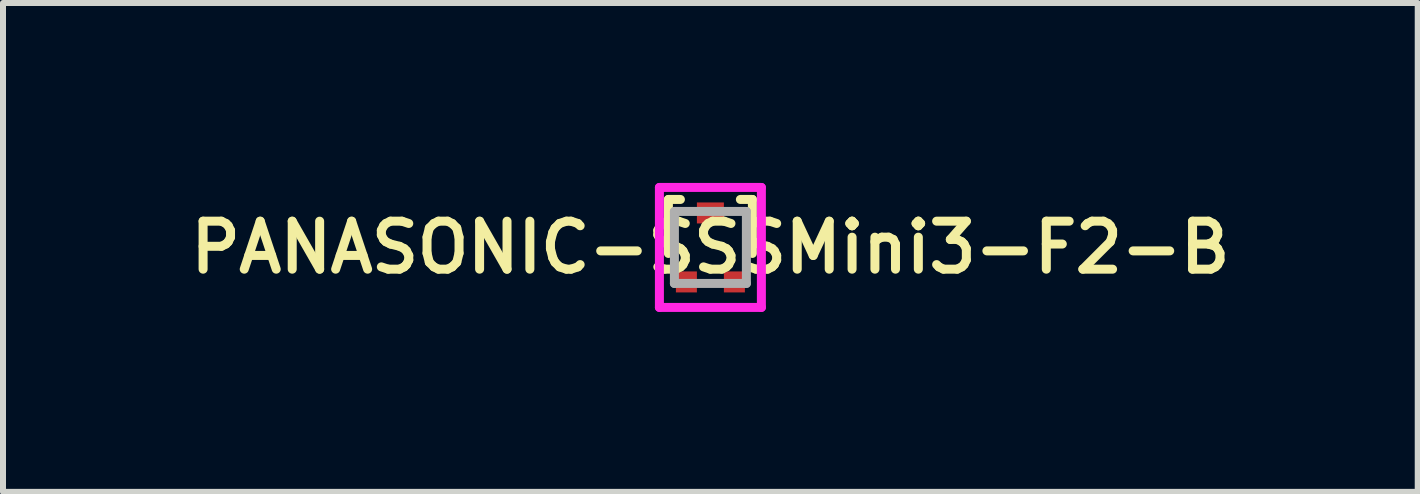
<source format=kicad_pcb>
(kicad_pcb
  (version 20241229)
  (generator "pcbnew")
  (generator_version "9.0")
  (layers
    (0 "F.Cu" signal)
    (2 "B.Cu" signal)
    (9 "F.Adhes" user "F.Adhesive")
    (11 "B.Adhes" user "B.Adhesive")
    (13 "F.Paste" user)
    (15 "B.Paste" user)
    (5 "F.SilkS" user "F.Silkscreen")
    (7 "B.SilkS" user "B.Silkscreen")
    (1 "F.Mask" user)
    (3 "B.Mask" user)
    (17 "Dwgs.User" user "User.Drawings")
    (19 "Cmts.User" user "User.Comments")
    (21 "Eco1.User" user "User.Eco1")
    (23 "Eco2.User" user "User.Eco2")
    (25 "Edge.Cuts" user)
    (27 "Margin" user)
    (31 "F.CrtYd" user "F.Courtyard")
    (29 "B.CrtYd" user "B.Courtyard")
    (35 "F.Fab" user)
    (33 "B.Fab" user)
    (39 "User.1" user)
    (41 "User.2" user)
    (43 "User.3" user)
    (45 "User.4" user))
  (footprint "PANASONIC-SSSMini3-F2-B"
    (layer "F.Cu")
    (at 8.793 1.075)
    (property "Reference" "PANASONIC-SSSMini3-F2-B" (at 0 0 0) (layer "F.SilkS") (effects (font (size 0.8 0.8) (thickness 0.15))))
    (attr through_hole)
    (fp_line (start -0.7 -0.8) (end -0.5 -0.8) (stroke (width 0.15) (type solid)) (layer "F.SilkS"))
    (fp_line (start -0.7 0.1) (end -0.7 -0.8) (stroke (width 0.15) (type solid)) (layer "F.SilkS"))
    (fp_line (start 0.5 -0.8) (end 0.7 -0.8) (stroke (width 0.15) (type solid)) (layer "F.SilkS"))
    (fp_line (start 0.7 -0.8) (end 0.7 0.1) (stroke (width 0.15) (type solid)) (layer "F.SilkS"))
    (fp_line (start -0.85 -1) (end 0.85 -1) (stroke (width 0.15) (type solid)) (layer "F.CrtYd"))
    (fp_line (start -0.85 1) (end -0.85 -1) (stroke (width 0.15) (type solid)) (layer "F.CrtYd"))
    (fp_line (start 0.85 -1) (end 0.85 1) (stroke (width 0.15) (type solid)) (layer "F.CrtYd"))
    (fp_line (start 0.85 1) (end -0.85 1) (stroke (width 0.15) (type solid)) (layer "F.CrtYd"))
    (fp_line (start -0.6 -0.6) (end 0.6 -0.6) (stroke (width 0.15) (type solid)) (layer "F.Fab"))
    (fp_line (start -0.6 0.6) (end -0.6 -0.6) (stroke (width 0.15) (type solid)) (layer "F.Fab"))
    (fp_line (start 0.6 -0.6) (end 0.6 0.6) (stroke (width 0.15) (type solid)) (layer "F.Fab"))
    (fp_line (start 0.6 0.6) (end -0.6 0.6) (stroke (width 0.15) (type solid)) (layer "F.Fab"))
    (pad "1" smd rect (at -0.4 0.575) (size 0.35 0.35) (layers "F.Cu" "F.Mask" "F.Paste"))
    (pad "2" smd rect (at 0.4 0.575) (size 0.35 0.35) (layers "F.Cu" "F.Mask" "F.Paste"))
    (pad "3" smd rect (at 0 -0.575) (size 0.45 0.35) (layers "F.Cu" "F.Mask" "F.Paste")))
  (gr_rect
    (start -3 -3)
    (end 20.585 5.15)
    (stroke (width 0.1) (type default))
    (fill no)
    (layer "Edge.Cuts")))
</source>
